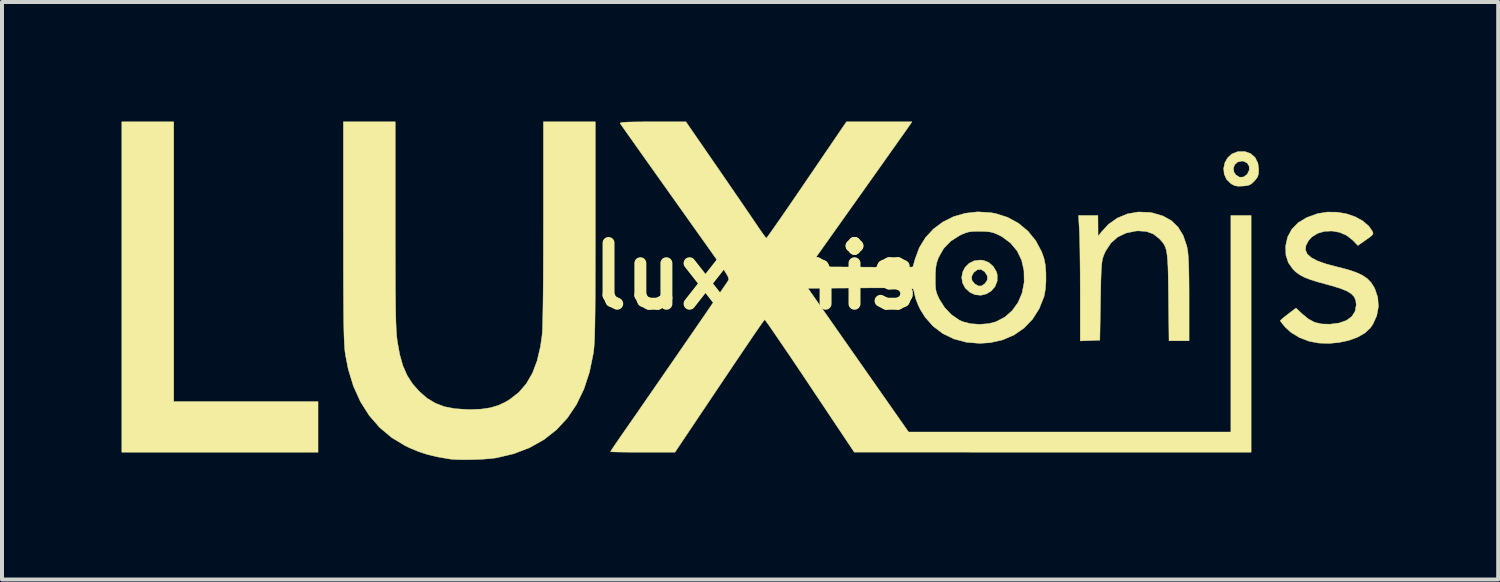
<source format=kicad_pcb>
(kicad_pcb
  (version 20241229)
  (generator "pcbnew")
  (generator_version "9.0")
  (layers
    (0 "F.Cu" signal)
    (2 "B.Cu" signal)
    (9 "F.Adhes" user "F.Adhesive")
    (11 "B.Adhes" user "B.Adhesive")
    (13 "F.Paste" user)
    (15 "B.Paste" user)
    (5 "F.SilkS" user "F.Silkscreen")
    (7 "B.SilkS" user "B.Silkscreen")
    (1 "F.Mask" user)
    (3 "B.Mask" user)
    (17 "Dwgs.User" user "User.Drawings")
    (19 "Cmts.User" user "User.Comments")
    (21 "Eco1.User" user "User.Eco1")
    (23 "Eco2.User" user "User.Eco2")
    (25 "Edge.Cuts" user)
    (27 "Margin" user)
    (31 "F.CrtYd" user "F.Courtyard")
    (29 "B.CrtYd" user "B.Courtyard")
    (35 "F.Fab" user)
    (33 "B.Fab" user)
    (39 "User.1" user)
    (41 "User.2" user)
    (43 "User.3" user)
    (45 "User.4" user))
  (footprint "luxonis"
    (layer "F.Cu")
    (at 15.912 3.878)
    (property "Reference" "luxonis" (at 0 0 0) (layer "F.SilkS") (effects (font (size 1.524 1.524) (thickness 0.3))))
    (attr through_hole)
    (fp_poly (pts (xy -14.605 3.143) (xy -10.986 3.143) (xy -10.986 4.413) (xy -15.907 4.413) (xy -15.907 -3.873) (xy -14.605 -3.873) (xy -14.605 3.143)) (stroke (width 0.01) (type solid)) (fill yes) (layer "F.SilkS"))
    (fp_poly (pts (xy 5.702 -0.398) (xy 5.839 -0.343) (xy 5.953 -0.24) (xy 6.029 -0.107) (xy 6.047 -0.039) (xy 6.046 0.118) (xy 5.993 0.256) (xy 5.9 0.366) (xy 5.778 0.442) (xy 5.638 0.477) (xy 5.491 0.463) (xy 5.363 0.404) (xy 5.243 0.294) (xy 5.176 0.165) (xy 5.156 0.028) (xy 5.16 0.009) (xy 5.403 0.009) (xy 5.414 0.106) (xy 5.481 0.188) (xy 5.573 0.243) (xy 5.651 0.243) (xy 5.733 0.188) (xy 5.737 0.185) (xy 5.799 0.092) (xy 5.799 -0.008) (xy 5.737 -0.107) (xy 5.73 -0.115) (xy 5.641 -0.171) (xy 5.55 -0.165) (xy 5.459 -0.095) (xy 5.453 -0.089) (xy 5.403 0.009) (xy 5.16 0.009) (xy 5.18 -0.106) (xy 5.243 -0.227) (xy 5.341 -0.324) (xy 5.469 -0.388) (xy 5.623 -0.407) (xy 5.702 -0.398)) (stroke (width 0.01) (type solid)) (fill yes) (layer "F.SilkS"))
    (fp_poly (pts (xy 12.403 -3.076) (xy 12.515 -2.977) (xy 12.584 -2.835) (xy 12.605 -2.678) (xy 12.599 -2.568) (xy 12.575 -2.491) (xy 12.521 -2.416) (xy 12.498 -2.391) (xy 12.429 -2.323) (xy 12.364 -2.286) (xy 12.276 -2.268) (xy 12.205 -2.262) (xy 12.086 -2.258) (xy 12.003 -2.272) (xy 11.928 -2.31) (xy 11.906 -2.324) (xy 11.798 -2.431) (xy 11.739 -2.562) (xy 11.725 -2.704) (xy 11.726 -2.708) (xy 11.969 -2.708) (xy 11.985 -2.61) (xy 12.033 -2.54) (xy 12.126 -2.484) (xy 12.222 -2.489) (xy 12.311 -2.553) (xy 12.318 -2.562) (xy 12.367 -2.663) (xy 12.364 -2.76) (xy 12.316 -2.839) (xy 12.229 -2.884) (xy 12.183 -2.889) (xy 12.075 -2.864) (xy 12.002 -2.798) (xy 11.969 -2.708) (xy 11.726 -2.708) (xy 11.754 -2.844) (xy 11.823 -2.969) (xy 11.929 -3.066) (xy 12.069 -3.123) (xy 12.082 -3.125) (xy 12.257 -3.128) (xy 12.403 -3.076)) (stroke (width 0.01) (type solid)) (fill yes) (layer "F.SilkS"))
    (fp_poly (pts (xy 9.87 -1.601) (xy 9.943 -1.589) (xy 10.201 -1.513) (xy 10.414 -1.395) (xy 10.583 -1.231) (xy 10.711 -1.021) (xy 10.799 -0.762) (xy 10.813 -0.703) (xy 10.826 -0.619) (xy 10.837 -0.505) (xy 10.846 -0.356) (xy 10.852 -0.165) (xy 10.856 0.074) (xy 10.858 0.367) (xy 10.858 0.564) (xy 10.858 1.619) (xy 10.355 1.619) (xy 10.342 0.532) (xy 10.338 0.217) (xy 10.334 -0.042) (xy 10.328 -0.251) (xy 10.318 -0.418) (xy 10.305 -0.548) (xy 10.288 -0.65) (xy 10.264 -0.73) (xy 10.232 -0.795) (xy 10.193 -0.852) (xy 10.145 -0.907) (xy 10.113 -0.941) (xy 9.964 -1.058) (xy 9.791 -1.123) (xy 9.584 -1.138) (xy 9.523 -1.134) (xy 9.277 -1.084) (xy 9.067 -0.983) (xy 8.896 -0.831) (xy 8.763 -0.629) (xy 8.724 -0.542) (xy 8.704 -0.489) (xy 8.688 -0.435) (xy 8.676 -0.372) (xy 8.666 -0.292) (xy 8.658 -0.188) (xy 8.652 -0.051) (xy 8.646 0.126) (xy 8.642 0.35) (xy 8.637 0.619) (xy 8.62 1.603) (xy 8.374 1.613) (xy 8.128 1.622) (xy 8.128 0.435) (xy 8.127 0.147) (xy 8.126 -0.138) (xy 8.123 -0.409) (xy 8.12 -0.656) (xy 8.116 -0.869) (xy 8.111 -1.038) (xy 8.107 -1.138) (xy 8.086 -1.524) (xy 8.572 -1.524) (xy 8.574 -1.262) (xy 8.576 -1) (xy 8.646 -1.095) (xy 8.836 -1.303) (xy 9.061 -1.461) (xy 9.313 -1.565) (xy 9.585 -1.612) (xy 9.87 -1.601)) (stroke (width 0.01) (type solid)) (fill yes) (layer "F.SilkS"))
    (fp_poly (pts (xy 14.567 -1.607) (xy 14.804 -1.567) (xy 15.024 -1.492) (xy 15.215 -1.387) (xy 15.366 -1.256) (xy 15.449 -1.137) (xy 15.469 -1.093) (xy 15.469 -1.058) (xy 15.439 -1.02) (xy 15.372 -0.968) (xy 15.292 -0.912) (xy 15.091 -0.771) (xy 14.957 -0.909) (xy 14.805 -1.027) (xy 14.629 -1.102) (xy 14.442 -1.135) (xy 14.255 -1.126) (xy 14.082 -1.076) (xy 13.935 -0.984) (xy 13.851 -0.889) (xy 13.788 -0.767) (xy 13.778 -0.657) (xy 13.821 -0.558) (xy 13.921 -0.468) (xy 14.078 -0.385) (xy 14.295 -0.308) (xy 14.564 -0.237) (xy 14.828 -0.17) (xy 15.037 -0.101) (xy 15.2 -0.027) (xy 15.326 0.058) (xy 15.423 0.158) (xy 15.5 0.28) (xy 15.515 0.309) (xy 15.59 0.531) (xy 15.606 0.762) (xy 15.564 0.991) (xy 15.466 1.206) (xy 15.402 1.298) (xy 15.265 1.425) (xy 15.08 1.53) (xy 14.86 1.61) (xy 14.615 1.662) (xy 14.36 1.685) (xy 14.106 1.675) (xy 13.878 1.633) (xy 13.63 1.54) (xy 13.414 1.409) (xy 13.268 1.275) (xy 13.202 1.196) (xy 13.158 1.137) (xy 13.145 1.115) (xy 13.169 1.088) (xy 13.232 1.034) (xy 13.321 0.963) (xy 13.343 0.947) (xy 13.539 0.798) (xy 13.692 0.941) (xy 13.854 1.074) (xy 14.01 1.156) (xy 14.182 1.196) (xy 14.389 1.202) (xy 14.394 1.202) (xy 14.623 1.172) (xy 14.806 1.107) (xy 14.94 1.008) (xy 15.022 0.877) (xy 15.05 0.717) (xy 15.038 0.607) (xy 14.999 0.516) (xy 14.925 0.438) (xy 14.811 0.369) (xy 14.65 0.304) (xy 14.434 0.238) (xy 14.33 0.21) (xy 14.085 0.143) (xy 13.892 0.082) (xy 13.741 0.022) (xy 13.624 -0.042) (xy 13.529 -0.112) (xy 13.465 -0.175) (xy 13.348 -0.34) (xy 13.287 -0.527) (xy 13.279 -0.743) (xy 13.28 -0.764) (xy 13.33 -0.987) (xy 13.435 -1.18) (xy 13.593 -1.342) (xy 13.805 -1.471) (xy 14.069 -1.567) (xy 14.087 -1.572) (xy 14.324 -1.61) (xy 14.567 -1.607)) (stroke (width 0.01) (type solid)) (fill yes) (layer "F.SilkS"))
    (fp_poly (pts (xy -9.049 -1.303) (xy -9.049 -0.822) (xy -9.048 -0.4) (xy -9.047 -0.032) (xy -9.046 0.285) (xy -9.043 0.558) (xy -9.041 0.789) (xy -9.037 0.985) (xy -9.033 1.148) (xy -9.027 1.284) (xy -9.021 1.398) (xy -9.014 1.493) (xy -9.005 1.575) (xy -8.999 1.626) (xy -8.939 1.959) (xy -8.859 2.242) (xy -8.753 2.484) (xy -8.617 2.697) (xy -8.447 2.889) (xy -8.252 3.058) (xy -8.046 3.183) (xy -7.817 3.27) (xy -7.555 3.321) (xy -7.249 3.341) (xy -7.16 3.342) (xy -6.889 3.331) (xy -6.661 3.297) (xy -6.461 3.237) (xy -6.271 3.146) (xy -6.172 3.085) (xy -5.947 2.908) (xy -5.76 2.69) (xy -5.609 2.429) (xy -5.492 2.12) (xy -5.408 1.76) (xy -5.368 1.481) (xy -5.361 1.387) (xy -5.355 1.232) (xy -5.35 1.02) (xy -5.345 0.753) (xy -5.341 0.434) (xy -5.338 0.066) (xy -5.336 -0.348) (xy -5.335 -0.806) (xy -5.334 -1.304) (xy -5.334 -1.348) (xy -5.334 -3.873) (xy -4.032 -3.873) (xy -4.032 -1.139) (xy -4.032 -0.643) (xy -4.033 -0.207) (xy -4.034 0.175) (xy -4.035 0.506) (xy -4.037 0.79) (xy -4.04 1.033) (xy -4.043 1.238) (xy -4.047 1.41) (xy -4.051 1.552) (xy -4.057 1.67) (xy -4.064 1.767) (xy -4.071 1.849) (xy -4.08 1.918) (xy -4.081 1.927) (xy -4.178 2.401) (xy -4.319 2.831) (xy -4.505 3.216) (xy -4.734 3.556) (xy -5.006 3.85) (xy -5.322 4.098) (xy -5.679 4.298) (xy -6.077 4.451) (xy -6.517 4.555) (xy -6.521 4.555) (xy -6.661 4.573) (xy -6.84 4.587) (xy -7.042 4.596) (xy -7.248 4.6) (xy -7.439 4.599) (xy -7.599 4.592) (xy -7.684 4.583) (xy -7.982 4.532) (xy -8.237 4.472) (xy -8.467 4.397) (xy -8.692 4.303) (xy -8.798 4.252) (xy -9.139 4.047) (xy -9.441 3.793) (xy -9.703 3.492) (xy -9.922 3.147) (xy -10.098 2.759) (xy -10.229 2.331) (xy -10.301 1.961) (xy -10.31 1.893) (xy -10.318 1.814) (xy -10.324 1.721) (xy -10.33 1.608) (xy -10.335 1.471) (xy -10.339 1.306) (xy -10.343 1.109) (xy -10.345 0.876) (xy -10.347 0.601) (xy -10.349 0.281) (xy -10.35 -0.088) (xy -10.35 -0.51) (xy -10.35 -0.991) (xy -10.351 -1.123) (xy -10.351 -3.873) (xy -9.049 -3.873) (xy -9.049 -1.303)) (stroke (width 0.01) (type solid)) (fill yes) (layer "F.SilkS"))
    (fp_poly (pts (xy -1.015 -2.793) (xy -0.842 -2.543) (xy -0.671 -2.293) (xy -0.506 -2.053) (xy -0.353 -1.83) (xy -0.219 -1.634) (xy -0.108 -1.471) (xy -0.027 -1.351) (xy -0.016 -1.335) (xy 0.076 -1.2) (xy 0.155 -1.086) (xy 0.216 -1.003) (xy 0.251 -0.959) (xy 0.257 -0.955) (xy 0.277 -0.98) (xy 0.331 -1.053) (xy 0.413 -1.169) (xy 0.521 -1.323) (xy 0.652 -1.511) (xy 0.802 -1.729) (xy 0.968 -1.97) (xy 1.146 -2.231) (xy 1.27 -2.413) (xy 2.265 -3.873) (xy 3.908 -3.873) (xy 3.813 -3.734) (xy 3.778 -3.685) (xy 3.71 -3.588) (xy 3.611 -3.449) (xy 3.486 -3.272) (xy 3.338 -3.064) (xy 3.171 -2.827) (xy 2.986 -2.567) (xy 2.789 -2.289) (xy 2.582 -1.997) (xy 2.525 -1.917) (xy 1.332 -0.238) (xy 2.624 -0.23) (xy 2.904 -0.228) (xy 3.163 -0.227) (xy 3.396 -0.227) (xy 3.595 -0.227) (xy 3.753 -0.228) (xy 3.864 -0.23) (xy 3.92 -0.232) (xy 3.927 -0.233) (xy 3.94 -0.267) (xy 3.963 -0.345) (xy 3.986 -0.429) (xy 4.092 -0.716) (xy 4.247 -0.969) (xy 4.447 -1.185) (xy 4.684 -1.362) (xy 4.951 -1.495) (xy 5.244 -1.58) (xy 5.556 -1.615) (xy 5.88 -1.596) (xy 6.005 -1.574) (xy 6.307 -1.478) (xy 6.579 -1.33) (xy 6.816 -1.133) (xy 7.011 -0.894) (xy 7.159 -0.618) (xy 7.22 -0.447) (xy 7.252 -0.287) (xy 7.268 -0.089) (xy 7.269 0.122) (xy 7.255 0.323) (xy 7.225 0.489) (xy 7.22 0.51) (xy 7.099 0.815) (xy 6.931 1.079) (xy 6.72 1.299) (xy 6.471 1.472) (xy 6.186 1.595) (xy 5.87 1.666) (xy 5.604 1.683) (xy 5.27 1.655) (xy 4.961 1.572) (xy 4.683 1.438) (xy 4.44 1.255) (xy 4.237 1.025) (xy 4.117 0.832) (xy 4.058 0.707) (xy 4.01 0.584) (xy 3.983 0.49) (xy 3.983 0.486) (xy 3.964 0.396) (xy 3.944 0.331) (xy 3.939 0.322) (xy 3.914 0.312) (xy 3.85 0.304) (xy 3.743 0.298) (xy 3.589 0.294) (xy 3.385 0.292) (xy 3.126 0.291) (xy 2.81 0.292) (xy 2.609 0.293) (xy 1.3 0.302) (xy 2.561 2.103) (xy 3.823 3.905) (xy 11.906 3.905) (xy 11.906 -1.524) (xy 12.414 -1.524) (xy 12.414 4.413) (xy 7.437 4.412) (xy 2.461 4.411) (xy 1.349 2.747) (xy 1.155 2.456) (xy 0.97 2.181) (xy 0.799 1.927) (xy 0.643 1.699) (xy 0.507 1.5) (xy 0.394 1.335) (xy 0.306 1.209) (xy 0.246 1.126) (xy 0.217 1.09) (xy 0.215 1.089) (xy 0.205 1.1) (xy 0.18 1.131) (xy 0.141 1.186) (xy 0.084 1.267) (xy 0.008 1.377) (xy -0.088 1.517) (xy -0.206 1.692) (xy -0.349 1.903) (xy -0.518 2.153) (xy -0.714 2.445) (xy -0.94 2.781) (xy -1.197 3.164) (xy -1.488 3.597) (xy -1.561 3.707) (xy -2.035 4.413) (xy -2.843 4.413) (xy -3.062 4.413) (xy -3.259 4.411) (xy -3.424 4.409) (xy -3.55 4.406) (xy -3.629 4.402) (xy -3.651 4.398) (xy -3.634 4.369) (xy -3.586 4.296) (xy -3.513 4.188) (xy -3.421 4.054) (xy -3.324 3.914) (xy -3.218 3.761) (xy -3.088 3.575) (xy -2.939 3.36) (xy -2.774 3.121) (xy -2.596 2.864) (xy -2.409 2.593) (xy -2.216 2.313) (xy -2.02 2.031) (xy -1.826 1.749) (xy -1.636 1.474) (xy -1.455 1.211) (xy -1.285 0.964) (xy -1.13 0.738) (xy -0.993 0.54) (xy -0.878 0.372) (xy -0.789 0.242) (xy -0.728 0.153) (xy -0.7 0.11) (xy -0.699 0.109) (xy -0.688 0.084) (xy -0.69 0.051) (xy -0.691 0.049) (xy 4.495 0.049) (xy 4.496 0.2) (xy 4.502 0.308) (xy 4.519 0.394) (xy 4.55 0.479) (xy 4.597 0.579) (xy 4.729 0.787) (xy 4.898 0.964) (xy 5.092 1.097) (xy 5.185 1.14) (xy 5.382 1.19) (xy 5.607 1.206) (xy 5.831 1.188) (xy 6.015 1.141) (xy 6.236 1.025) (xy 6.423 0.861) (xy 6.569 0.657) (xy 6.671 0.419) (xy 6.721 0.156) (xy 6.722 0.146) (xy 6.717 -0.144) (xy 6.657 -0.407) (xy 6.544 -0.638) (xy 6.381 -0.833) (xy 6.169 -0.991) (xy 6.068 -1.043) (xy 5.966 -1.086) (xy 5.87 -1.111) (xy 5.757 -1.123) (xy 5.604 -1.127) (xy 5.603 -1.127) (xy 5.458 -1.125) (xy 5.352 -1.115) (xy 5.262 -1.092) (xy 5.164 -1.052) (xy 5.105 -1.023) (xy 4.881 -0.88) (xy 4.703 -0.695) (xy 4.576 -0.472) (xy 4.567 -0.449) (xy 4.53 -0.341) (xy 4.508 -0.228) (xy 4.497 -0.089) (xy 4.495 0.049) (xy -0.691 0.049) (xy -0.707 0.005) (xy -0.744 -0.061) (xy -0.805 -0.156) (xy -0.892 -0.284) (xy -1.012 -0.454) (xy -1.086 -0.558) (xy -1.466 -1.093) (xy -1.81 -1.577) (xy -2.118 -2.011) (xy -2.392 -2.396) (xy -2.632 -2.734) (xy -2.838 -3.024) (xy -3.011 -3.268) (xy -3.152 -3.468) (xy -3.262 -3.623) (xy -3.341 -3.735) (xy -3.39 -3.805) (xy -3.409 -3.834) (xy -3.404 -3.846) (xy -3.369 -3.856) (xy -3.297 -3.863) (xy -3.184 -3.868) (xy -3.024 -3.871) (xy -2.81 -3.873) (xy -2.596 -3.873) (xy -1.76 -3.873) (xy -1.015 -2.793)) (stroke (width 0.01) (type solid)) (fill yes) (layer "F.SilkS")))
  (gr_rect
    (start -3 -3)
    (end 34.522 11.483)
    (stroke (width 0.1) (type default))
    (fill no)
    (layer "Edge.Cuts")))
</source>
